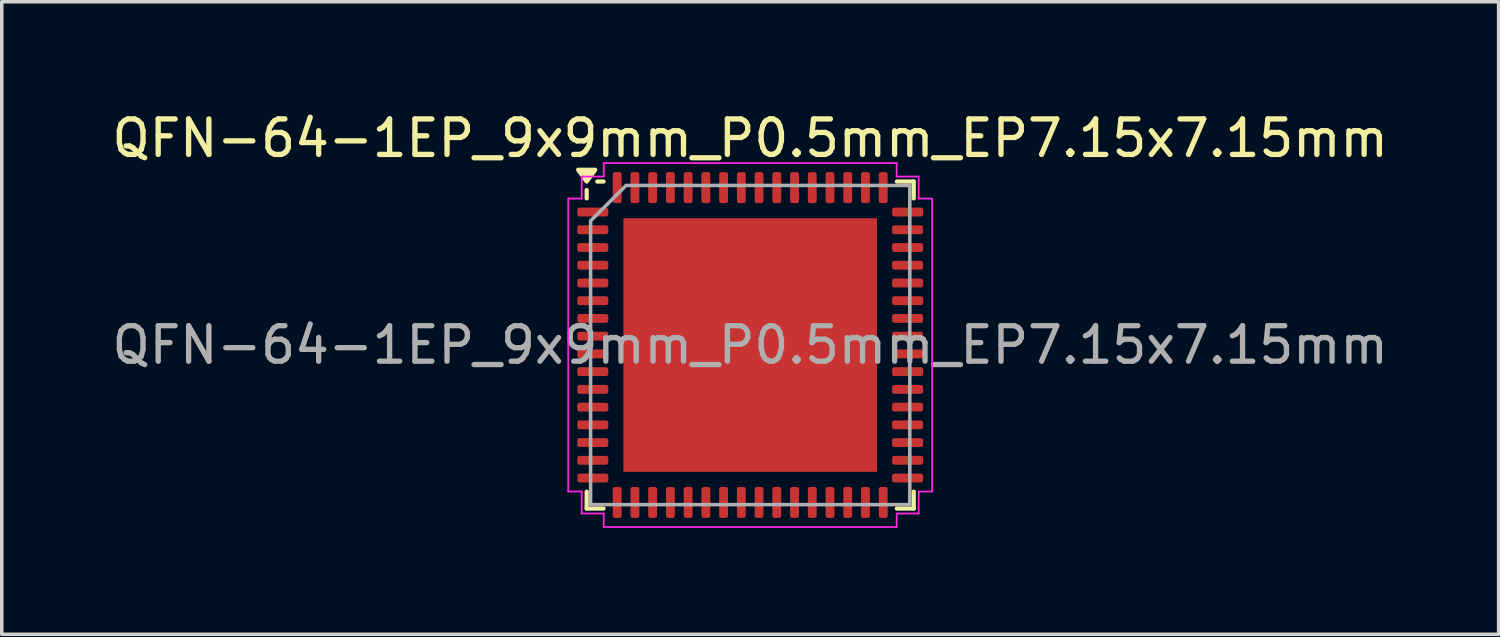
<source format=kicad_pcb>
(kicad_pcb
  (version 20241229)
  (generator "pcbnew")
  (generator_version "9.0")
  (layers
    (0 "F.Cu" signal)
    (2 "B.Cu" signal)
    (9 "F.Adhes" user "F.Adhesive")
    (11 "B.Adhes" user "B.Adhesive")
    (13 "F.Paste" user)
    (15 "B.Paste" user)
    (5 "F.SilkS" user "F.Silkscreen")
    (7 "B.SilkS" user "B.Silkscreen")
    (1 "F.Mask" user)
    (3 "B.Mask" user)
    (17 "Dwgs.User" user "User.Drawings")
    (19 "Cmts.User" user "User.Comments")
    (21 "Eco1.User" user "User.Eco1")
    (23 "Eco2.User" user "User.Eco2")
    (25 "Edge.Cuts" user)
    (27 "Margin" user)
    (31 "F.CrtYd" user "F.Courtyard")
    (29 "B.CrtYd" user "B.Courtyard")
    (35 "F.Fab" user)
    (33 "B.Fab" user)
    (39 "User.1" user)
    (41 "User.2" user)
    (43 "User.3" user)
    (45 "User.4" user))
  (footprint "QFN-64-1EP_9x9mm_P0.5mm_EP7.15x7.15mm"
    (layer "F.Cu")
    (at 18.101 6.678)
    (property "Reference" "QFN-64-1EP_9x9mm_P0.5mm_EP7.15x7.15mm" (at 0 -5.83 0) (layer "F.SilkS") (effects (font (size 1 1) (thickness 0.15))))
    (attr smd)
    (fp_line (start -4.61 -4.135) (end -4.61 -4.37) (stroke (width 0.12) (type solid)) (layer "F.SilkS"))
    (fp_line (start -4.61 4.61) (end -4.61 4.135) (stroke (width 0.12) (type solid)) (layer "F.SilkS"))
    (fp_line (start -4.135 -4.61) (end -4.31 -4.61) (stroke (width 0.12) (type solid)) (layer "F.SilkS"))
    (fp_line (start -4.135 4.61) (end -4.61 4.61) (stroke (width 0.12) (type solid)) (layer "F.SilkS"))
    (fp_line (start 4.135 -4.61) (end 4.61 -4.61) (stroke (width 0.12) (type solid)) (layer "F.SilkS"))
    (fp_line (start 4.135 4.61) (end 4.61 4.61) (stroke (width 0.12) (type solid)) (layer "F.SilkS"))
    (fp_line (start 4.61 -4.61) (end 4.61 -4.135) (stroke (width 0.12) (type solid)) (layer "F.SilkS"))
    (fp_line (start 4.61 4.61) (end 4.61 4.135) (stroke (width 0.12) (type solid)) (layer "F.SilkS"))
    (fp_poly (pts (xy -4.61 -4.61) (xy -4.85 -4.94) (xy -4.37 -4.94)) (stroke (width 0.12) (type solid)) (fill yes) (layer "F.SilkS"))
    (fp_line (start -5.13 -4.13) (end -4.75 -4.13) (stroke (width 0.05) (type solid)) (layer "F.CrtYd"))
    (fp_line (start -5.13 4.13) (end -5.13 -4.13) (stroke (width 0.05) (type solid)) (layer "F.CrtYd"))
    (fp_line (start -4.75 -4.75) (end -4.13 -4.75) (stroke (width 0.05) (type solid)) (layer "F.CrtYd"))
    (fp_line (start -4.75 -4.13) (end -4.75 -4.75) (stroke (width 0.05) (type solid)) (layer "F.CrtYd"))
    (fp_line (start -4.75 4.13) (end -5.13 4.13) (stroke (width 0.05) (type solid)) (layer "F.CrtYd"))
    (fp_line (start -4.75 4.75) (end -4.75 4.13) (stroke (width 0.05) (type solid)) (layer "F.CrtYd"))
    (fp_line (start -4.13 -5.13) (end 4.13 -5.13) (stroke (width 0.05) (type solid)) (layer "F.CrtYd"))
    (fp_line (start -4.13 -4.75) (end -4.13 -5.13) (stroke (width 0.05) (type solid)) (layer "F.CrtYd"))
    (fp_line (start -4.13 4.75) (end -4.75 4.75) (stroke (width 0.05) (type solid)) (layer "F.CrtYd"))
    (fp_line (start -4.13 5.13) (end -4.13 4.75) (stroke (width 0.05) (type solid)) (layer "F.CrtYd"))
    (fp_line (start 4.13 -5.13) (end 4.13 -4.75) (stroke (width 0.05) (type solid)) (layer "F.CrtYd"))
    (fp_line (start 4.13 -4.75) (end 4.75 -4.75) (stroke (width 0.05) (type solid)) (layer "F.CrtYd"))
    (fp_line (start 4.13 4.75) (end 4.13 5.13) (stroke (width 0.05) (type solid)) (layer "F.CrtYd"))
    (fp_line (start 4.13 5.13) (end -4.13 5.13) (stroke (width 0.05) (type solid)) (layer "F.CrtYd"))
    (fp_line (start 4.75 -4.75) (end 4.75 -4.13) (stroke (width 0.05) (type solid)) (layer "F.CrtYd"))
    (fp_line (start 4.75 -4.13) (end 5.13 -4.13) (stroke (width 0.05) (type solid)) (layer "F.CrtYd"))
    (fp_line (start 4.75 4.13) (end 4.75 4.75) (stroke (width 0.05) (type solid)) (layer "F.CrtYd"))
    (fp_line (start 4.75 4.75) (end 4.13 4.75) (stroke (width 0.05) (type solid)) (layer "F.CrtYd"))
    (fp_line (start 5.13 -4.13) (end 5.13 4.13) (stroke (width 0.05) (type solid)) (layer "F.CrtYd"))
    (fp_line (start 5.13 4.13) (end 4.75 4.13) (stroke (width 0.05) (type solid)) (layer "F.CrtYd"))
    (fp_poly (pts (xy -4.5 -3.5) (xy -4.5 4.5) (xy 4.5 4.5) (xy 4.5 -4.5) (xy -3.5 -4.5)) (stroke (width 0.1) (type solid)) (fill no) (layer "F.Fab"))
    (fp_text user "${REFERENCE}" (at 0 0 0) (layer "F.Fab") (effects (font (size 1 1) (thickness 0.15))))
    (pad "" smd roundrect (at -2.86 -2.86) (size 1.15 1.15) (layers "F.Paste") (roundrect_rratio 0.217))
    (pad "" smd roundrect (at -2.86 -1.43) (size 1.15 1.15) (layers "F.Paste") (roundrect_rratio 0.217))
    (pad "" smd roundrect (at -2.86 0) (size 1.15 1.15) (layers "F.Paste") (roundrect_rratio 0.217))
    (pad "" smd roundrect (at -2.86 1.43) (size 1.15 1.15) (layers "F.Paste") (roundrect_rratio 0.217))
    (pad "" smd roundrect (at -2.86 2.86) (size 1.15 1.15) (layers "F.Paste") (roundrect_rratio 0.217))
    (pad "" smd roundrect (at -1.43 -2.86) (size 1.15 1.15) (layers "F.Paste") (roundrect_rratio 0.217))
    (pad "" smd roundrect (at -1.43 -1.43) (size 1.15 1.15) (layers "F.Paste") (roundrect_rratio 0.217))
    (pad "" smd roundrect (at -1.43 0) (size 1.15 1.15) (layers "F.Paste") (roundrect_rratio 0.217))
    (pad "" smd roundrect (at -1.43 1.43) (size 1.15 1.15) (layers "F.Paste") (roundrect_rratio 0.217))
    (pad "" smd roundrect (at -1.43 2.86) (size 1.15 1.15) (layers "F.Paste") (roundrect_rratio 0.217))
    (pad "" smd roundrect (at 0 -2.86) (size 1.15 1.15) (layers "F.Paste") (roundrect_rratio 0.217))
    (pad "" smd roundrect (at 0 -1.43) (size 1.15 1.15) (layers "F.Paste") (roundrect_rratio 0.217))
    (pad "" smd roundrect (at 0 0) (size 1.15 1.15) (layers "F.Paste") (roundrect_rratio 0.217))
    (pad "" smd roundrect (at 0 1.43) (size 1.15 1.15) (layers "F.Paste") (roundrect_rratio 0.217))
    (pad "" smd roundrect (at 0 2.86) (size 1.15 1.15) (layers "F.Paste") (roundrect_rratio 0.217))
    (pad "" smd roundrect (at 1.43 -2.86) (size 1.15 1.15) (layers "F.Paste") (roundrect_rratio 0.217))
    (pad "" smd roundrect (at 1.43 -1.43) (size 1.15 1.15) (layers "F.Paste") (roundrect_rratio 0.217))
    (pad "" smd roundrect (at 1.43 0) (size 1.15 1.15) (layers "F.Paste") (roundrect_rratio 0.217))
    (pad "" smd roundrect (at 1.43 1.43) (size 1.15 1.15) (layers "F.Paste") (roundrect_rratio 0.217))
    (pad "" smd roundrect (at 1.43 2.86) (size 1.15 1.15) (layers "F.Paste") (roundrect_rratio 0.217))
    (pad "" smd roundrect (at 2.86 -2.86) (size 1.15 1.15) (layers "F.Paste") (roundrect_rratio 0.217))
    (pad "" smd roundrect (at 2.86 -1.43) (size 1.15 1.15) (layers "F.Paste") (roundrect_rratio 0.217))
    (pad "" smd roundrect (at 2.86 0) (size 1.15 1.15) (layers "F.Paste") (roundrect_rratio 0.217))
    (pad "" smd roundrect (at 2.86 1.43) (size 1.15 1.15) (layers "F.Paste") (roundrect_rratio 0.217))
    (pad "" smd roundrect (at 2.86 2.86) (size 1.15 1.15) (layers "F.Paste") (roundrect_rratio 0.217))
    (pad "1" smd roundrect (at -4.438 -3.75) (size 0.875 0.25) (layers "F.Cu" "F.Mask" "F.Paste") (roundrect_rratio 0.25))
    (pad "2" smd roundrect (at -4.438 -3.25) (size 0.875 0.25) (layers "F.Cu" "F.Mask" "F.Paste") (roundrect_rratio 0.25))
    (pad "3" smd roundrect (at -4.438 -2.75) (size 0.875 0.25) (layers "F.Cu" "F.Mask" "F.Paste") (roundrect_rratio 0.25))
    (pad "4" smd roundrect (at -4.438 -2.25) (size 0.875 0.25) (layers "F.Cu" "F.Mask" "F.Paste") (roundrect_rratio 0.25))
    (pad "5" smd roundrect (at -4.438 -1.75) (size 0.875 0.25) (layers "F.Cu" "F.Mask" "F.Paste") (roundrect_rratio 0.25))
    (pad "6" smd roundrect (at -4.438 -1.25) (size 0.875 0.25) (layers "F.Cu" "F.Mask" "F.Paste") (roundrect_rratio 0.25))
    (pad "7" smd roundrect (at -4.438 -0.75) (size 0.875 0.25) (layers "F.Cu" "F.Mask" "F.Paste") (roundrect_rratio 0.25))
    (pad "8" smd roundrect (at -4.438 -0.25) (size 0.875 0.25) (layers "F.Cu" "F.Mask" "F.Paste") (roundrect_rratio 0.25))
    (pad "9" smd roundrect (at -4.438 0.25) (size 0.875 0.25) (layers "F.Cu" "F.Mask" "F.Paste") (roundrect_rratio 0.25))
    (pad "10" smd roundrect (at -4.438 0.75) (size 0.875 0.25) (layers "F.Cu" "F.Mask" "F.Paste") (roundrect_rratio 0.25))
    (pad "11" smd roundrect (at -4.438 1.25) (size 0.875 0.25) (layers "F.Cu" "F.Mask" "F.Paste") (roundrect_rratio 0.25))
    (pad "12" smd roundrect (at -4.438 1.75) (size 0.875 0.25) (layers "F.Cu" "F.Mask" "F.Paste") (roundrect_rratio 0.25))
    (pad "13" smd roundrect (at -4.438 2.25) (size 0.875 0.25) (layers "F.Cu" "F.Mask" "F.Paste") (roundrect_rratio 0.25))
    (pad "14" smd roundrect (at -4.438 2.75) (size 0.875 0.25) (layers "F.Cu" "F.Mask" "F.Paste") (roundrect_rratio 0.25))
    (pad "15" smd roundrect (at -4.438 3.25) (size 0.875 0.25) (layers "F.Cu" "F.Mask" "F.Paste") (roundrect_rratio 0.25))
    (pad "16" smd roundrect (at -4.438 3.75) (size 0.875 0.25) (layers "F.Cu" "F.Mask" "F.Paste") (roundrect_rratio 0.25))
    (pad "17" smd roundrect (at -3.75 4.438) (size 0.25 0.875) (layers "F.Cu" "F.Mask" "F.Paste") (roundrect_rratio 0.25))
    (pad "18" smd roundrect (at -3.25 4.438) (size 0.25 0.875) (layers "F.Cu" "F.Mask" "F.Paste") (roundrect_rratio 0.25))
    (pad "19" smd roundrect (at -2.75 4.438) (size 0.25 0.875) (layers "F.Cu" "F.Mask" "F.Paste") (roundrect_rratio 0.25))
    (pad "20" smd roundrect (at -2.25 4.438) (size 0.25 0.875) (layers "F.Cu" "F.Mask" "F.Paste") (roundrect_rratio 0.25))
    (pad "21" smd roundrect (at -1.75 4.438) (size 0.25 0.875) (layers "F.Cu" "F.Mask" "F.Paste") (roundrect_rratio 0.25))
    (pad "22" smd roundrect (at -1.25 4.438) (size 0.25 0.875) (layers "F.Cu" "F.Mask" "F.Paste") (roundrect_rratio 0.25))
    (pad "23" smd roundrect (at -0.75 4.438) (size 0.25 0.875) (layers "F.Cu" "F.Mask" "F.Paste") (roundrect_rratio 0.25))
    (pad "24" smd roundrect (at -0.25 4.438) (size 0.25 0.875) (layers "F.Cu" "F.Mask" "F.Paste") (roundrect_rratio 0.25))
    (pad "25" smd roundrect (at 0.25 4.438) (size 0.25 0.875) (layers "F.Cu" "F.Mask" "F.Paste") (roundrect_rratio 0.25))
    (pad "26" smd roundrect (at 0.75 4.438) (size 0.25 0.875) (layers "F.Cu" "F.Mask" "F.Paste") (roundrect_rratio 0.25))
    (pad "27" smd roundrect (at 1.25 4.438) (size 0.25 0.875) (layers "F.Cu" "F.Mask" "F.Paste") (roundrect_rratio 0.25))
    (pad "28" smd roundrect (at 1.75 4.438) (size 0.25 0.875) (layers "F.Cu" "F.Mask" "F.Paste") (roundrect_rratio 0.25))
    (pad "29" smd roundrect (at 2.25 4.438) (size 0.25 0.875) (layers "F.Cu" "F.Mask" "F.Paste") (roundrect_rratio 0.25))
    (pad "30" smd roundrect (at 2.75 4.438) (size 0.25 0.875) (layers "F.Cu" "F.Mask" "F.Paste") (roundrect_rratio 0.25))
    (pad "31" smd roundrect (at 3.25 4.438) (size 0.25 0.875) (layers "F.Cu" "F.Mask" "F.Paste") (roundrect_rratio 0.25))
    (pad "32" smd roundrect (at 3.75 4.438) (size 0.25 0.875) (layers "F.Cu" "F.Mask" "F.Paste") (roundrect_rratio 0.25))
    (pad "33" smd roundrect (at 4.438 3.75) (size 0.875 0.25) (layers "F.Cu" "F.Mask" "F.Paste") (roundrect_rratio 0.25))
    (pad "34" smd roundrect (at 4.438 3.25) (size 0.875 0.25) (layers "F.Cu" "F.Mask" "F.Paste") (roundrect_rratio 0.25))
    (pad "35" smd roundrect (at 4.438 2.75) (size 0.875 0.25) (layers "F.Cu" "F.Mask" "F.Paste") (roundrect_rratio 0.25))
    (pad "36" smd roundrect (at 4.438 2.25) (size 0.875 0.25) (layers "F.Cu" "F.Mask" "F.Paste") (roundrect_rratio 0.25))
    (pad "37" smd roundrect (at 4.438 1.75) (size 0.875 0.25) (layers "F.Cu" "F.Mask" "F.Paste") (roundrect_rratio 0.25))
    (pad "38" smd roundrect (at 4.438 1.25) (size 0.875 0.25) (layers "F.Cu" "F.Mask" "F.Paste") (roundrect_rratio 0.25))
    (pad "39" smd roundrect (at 4.438 0.75) (size 0.875 0.25) (layers "F.Cu" "F.Mask" "F.Paste") (roundrect_rratio 0.25))
    (pad "40" smd roundrect (at 4.438 0.25) (size 0.875 0.25) (layers "F.Cu" "F.Mask" "F.Paste") (roundrect_rratio 0.25))
    (pad "41" smd roundrect (at 4.438 -0.25) (size 0.875 0.25) (layers "F.Cu" "F.Mask" "F.Paste") (roundrect_rratio 0.25))
    (pad "42" smd roundrect (at 4.438 -0.75) (size 0.875 0.25) (layers "F.Cu" "F.Mask" "F.Paste") (roundrect_rratio 0.25))
    (pad "43" smd roundrect (at 4.438 -1.25) (size 0.875 0.25) (layers "F.Cu" "F.Mask" "F.Paste") (roundrect_rratio 0.25))
    (pad "44" smd roundrect (at 4.438 -1.75) (size 0.875 0.25) (layers "F.Cu" "F.Mask" "F.Paste") (roundrect_rratio 0.25))
    (pad "45" smd roundrect (at 4.438 -2.25) (size 0.875 0.25) (layers "F.Cu" "F.Mask" "F.Paste") (roundrect_rratio 0.25))
    (pad "46" smd roundrect (at 4.438 -2.75) (size 0.875 0.25) (layers "F.Cu" "F.Mask" "F.Paste") (roundrect_rratio 0.25))
    (pad "47" smd roundrect (at 4.438 -3.25) (size 0.875 0.25) (layers "F.Cu" "F.Mask" "F.Paste") (roundrect_rratio 0.25))
    (pad "48" smd roundrect (at 4.438 -3.75) (size 0.875 0.25) (layers "F.Cu" "F.Mask" "F.Paste") (roundrect_rratio 0.25))
    (pad "49" smd roundrect (at 3.75 -4.438) (size 0.25 0.875) (layers "F.Cu" "F.Mask" "F.Paste") (roundrect_rratio 0.25))
    (pad "50" smd roundrect (at 3.25 -4.438) (size 0.25 0.875) (layers "F.Cu" "F.Mask" "F.Paste") (roundrect_rratio 0.25))
    (pad "51" smd roundrect (at 2.75 -4.438) (size 0.25 0.875) (layers "F.Cu" "F.Mask" "F.Paste") (roundrect_rratio 0.25))
    (pad "52" smd roundrect (at 2.25 -4.438) (size 0.25 0.875) (layers "F.Cu" "F.Mask" "F.Paste") (roundrect_rratio 0.25))
    (pad "53" smd roundrect (at 1.75 -4.438) (size 0.25 0.875) (layers "F.Cu" "F.Mask" "F.Paste") (roundrect_rratio 0.25))
    (pad "54" smd roundrect (at 1.25 -4.438) (size 0.25 0.875) (layers "F.Cu" "F.Mask" "F.Paste") (roundrect_rratio 0.25))
    (pad "55" smd roundrect (at 0.75 -4.438) (size 0.25 0.875) (layers "F.Cu" "F.Mask" "F.Paste") (roundrect_rratio 0.25))
    (pad "56" smd roundrect (at 0.25 -4.438) (size 0.25 0.875) (layers "F.Cu" "F.Mask" "F.Paste") (roundrect_rratio 0.25))
    (pad "57" smd roundrect (at -0.25 -4.438) (size 0.25 0.875) (layers "F.Cu" "F.Mask" "F.Paste") (roundrect_rratio 0.25))
    (pad "58" smd roundrect (at -0.75 -4.438) (size 0.25 0.875) (layers "F.Cu" "F.Mask" "F.Paste") (roundrect_rratio 0.25))
    (pad "59" smd roundrect (at -1.25 -4.438) (size 0.25 0.875) (layers "F.Cu" "F.Mask" "F.Paste") (roundrect_rratio 0.25))
    (pad "60" smd roundrect (at -1.75 -4.438) (size 0.25 0.875) (layers "F.Cu" "F.Mask" "F.Paste") (roundrect_rratio 0.25))
    (pad "61" smd roundrect (at -2.25 -4.438) (size 0.25 0.875) (layers "F.Cu" "F.Mask" "F.Paste") (roundrect_rratio 0.25))
    (pad "62" smd roundrect (at -2.75 -4.438) (size 0.25 0.875) (layers "F.Cu" "F.Mask" "F.Paste") (roundrect_rratio 0.25))
    (pad "63" smd roundrect (at -3.25 -4.438) (size 0.25 0.875) (layers "F.Cu" "F.Mask" "F.Paste") (roundrect_rratio 0.25))
    (pad "64" smd roundrect (at -3.75 -4.438) (size 0.25 0.875) (layers "F.Cu" "F.Mask" "F.Paste") (roundrect_rratio 0.25))
    (pad "65" smd rect (at 0 0) (size 7.15 7.15) (property pad_prop_heatsink) (layers "F.Cu" "F.Mask")))
  (gr_rect
    (start -3 -3)
    (end 39.202 14.833)
    (stroke (width 0.1) (type default))
    (fill no)
    (layer "Edge.Cuts")))
</source>
